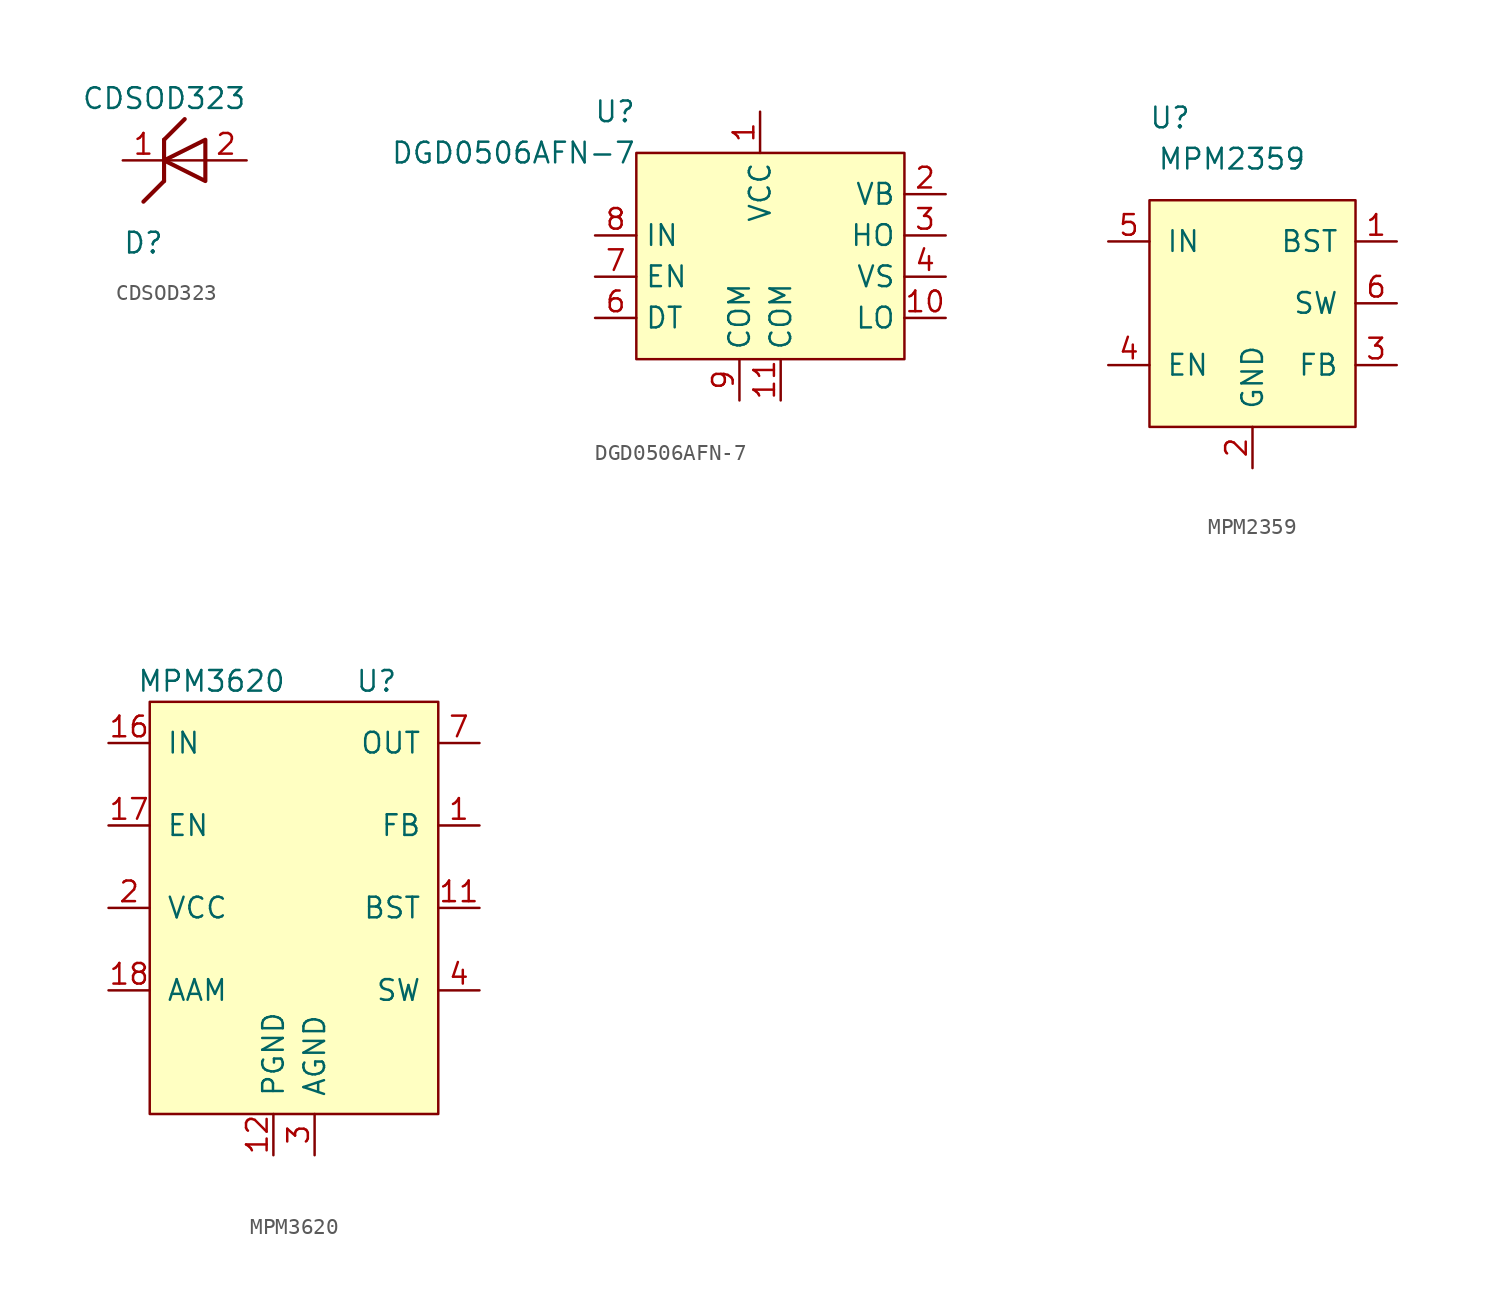
<source format=kicad_sym>
(kicad_symbol_lib
  (version 20211014)
  (generator kicad_symbol_editor)
  (symbol "CDSOD323"
    (pin_names
      (offset 1.016))
    (property "Reference" "D"
      (at -1.27 -5.08 0)
      (effects (font (size 1.27 1.27))))
    (property "Value" "CDSOD323"
      (at 0 3.81 0)
      (effects (font (size 1.27 1.27))))
    (symbol "CDSOD323_0_1"
      (polyline (pts (xy 0 -1.27) (xy -1.27 -2.54)) (stroke (width 0.254) (type default) (color 0 0 0 0)) (fill (type none)))
      (polyline (pts (xy 0 1.27) (xy 1.27 2.54)) (stroke (width 0.254) (type default) (color 0 0 0 0)) (fill (type none))))
    (symbol "CDSOD323_1_1"
      (polyline (pts (xy 0 1.27) (xy 0 -1.27)) (stroke (width 0.254) (type default) (color 0 0 0 0)) (fill (type none)))
      (polyline (pts (xy 2.54 0) (xy 0 0)) (stroke (width 0) (type default) (color 0 0 0 0)) (fill (type none)))
      (polyline (pts (xy 2.54 1.27) (xy 2.54 -1.27) (xy 0 0) (xy 2.54 1.27)) (stroke (width 0.254) (type default) (color 0 0 0 0)) (fill (type none)))
      (pin passive line (at -2.54 0 0) (length 2.54) (name "K" (effects (font (size 0 0)))) (number "1" (effects (font (size 1.27 1.27)))))
      (pin passive line (at 5.08 0 180) (length 2.54) (name "A" (effects (font (size 0 0)))) (number "2" (effects (font (size 1.27 1.27)))))))
  (symbol "DGD0506AFN-7"
    (property "Reference" "U"
      (at -7.62 8.89 0)
      (effects (font (size 1.27 1.27)) (justify right)))
    (property "Value" "DGD0506AFN-7"
      (at -7.62 6.35 0)
      (effects (font (size 1.27 1.27)) (justify right)))
    (symbol "DGD0506AFN-7_0_0"
      (pin power_in line (at 0 8.89 270) (length 2.54) (name "VCC" (effects (font (size 1.27 1.27)))) (number "1" (effects (font (size 1.27 1.27)))))
      (pin output line (at 11.43 -3.81 180) (length 2.54) (name "LO" (effects (font (size 1.27 1.27)))) (number "10" (effects (font (size 1.27 1.27)))))
      (pin power_in line (at 1.27 -8.89 90) (length 2.54) (name "COM" (effects (font (size 1.27 1.27)))) (number "11" (effects (font (size 1.27 1.27)))))
      (pin output line (at 11.43 3.81 180) (length 2.54) (name "VB" (effects (font (size 1.27 1.27)))) (number "2" (effects (font (size 1.27 1.27)))))
      (pin output line (at 11.43 1.27 180) (length 2.54) (name "HO" (effects (font (size 1.27 1.27)))) (number "3" (effects (font (size 1.27 1.27)))))
      (pin output line (at 11.43 -1.27 180) (length 2.54) (name "VS" (effects (font (size 1.27 1.27)))) (number "4" (effects (font (size 1.27 1.27)))))
      (pin no_connect line (at -1.27 3.81 180) (length 2.54) hide (name "NC" (effects (font (size 1.27 1.27)))) (number "5" (effects (font (size 1.27 1.27)))))
      (pin input line (at -10.16 -3.81 0) (length 2.54) (name "DT" (effects (font (size 1.27 1.27)))) (number "6" (effects (font (size 1.27 1.27)))))
      (pin input line (at -10.16 -1.27 0) (length 2.54) (name "EN" (effects (font (size 1.27 1.27)))) (number "7" (effects (font (size 1.27 1.27)))))
      (pin input line (at -10.16 1.27 0) (length 2.54) (name "IN" (effects (font (size 1.27 1.27)))) (number "8" (effects (font (size 1.27 1.27)))))
      (pin power_in line (at -1.27 -8.89 90) (length 2.54) (name "COM" (effects (font (size 1.27 1.27)))) (number "9" (effects (font (size 1.27 1.27))))))
    (symbol "DGD0506AFN-7_0_1"
      (rectangle (start -7.62 6.35) (end 8.89 -6.35) (stroke (width 0) (type default) (color 0 0 0 0)) (fill (type background)))))
  (symbol "MPM2359"
    (pin_names
      (offset 1.016))
    (property "Reference" "U"
      (at 1.27 5.08 0)
      (effects (font (size 1.27 1.27))))
    (property "Value" "MPM2359"
      (at 5.08 2.54 0)
      (effects (font (size 1.27 1.27))))
    (symbol "MPM2359_0_1"
      (rectangle (start 0 0) (end 12.7 -13.97) (stroke (width 0) (type default) (color 0 0 0 0)) (fill (type background))))
    (symbol "MPM2359_1_1"
      (pin input line (at 15.24 -2.54 180) (length 2.54) (name "BST" (effects (font (size 1.27 1.27)))) (number "1" (effects (font (size 1.27 1.27)))))
      (pin power_in line (at 6.35 -16.51 90) (length 2.54) (name "GND" (effects (font (size 1.27 1.27)))) (number "2" (effects (font (size 1.27 1.27)))))
      (pin input line (at 15.24 -10.16 180) (length 2.54) (name "FB" (effects (font (size 1.27 1.27)))) (number "3" (effects (font (size 1.27 1.27)))))
      (pin input line (at -2.54 -10.16 0) (length 2.54) (name "EN" (effects (font (size 1.27 1.27)))) (number "4" (effects (font (size 1.27 1.27)))))
      (pin power_in line (at -2.54 -2.54 0) (length 2.54) (name "IN" (effects (font (size 1.27 1.27)))) (number "5" (effects (font (size 1.27 1.27)))))
      (pin power_out line (at 15.24 -6.35 180) (length 2.54) (name "SW" (effects (font (size 1.27 1.27)))) (number "6" (effects (font (size 1.27 1.27)))))))
  (symbol "MPM3620"
    (pin_names
      (offset 1.016))
    (property "Reference" "U"
      (at 5.08 10.16 0)
      (effects (font (size 1.27 1.27))))
    (property "Value" "MPM3620"
      (at -5.08 10.16 0)
      (effects (font (size 1.27 1.27))))
    (symbol "MPM3620_0_0"
      (pin no_connect line (at -11.43 -12.7 0) (length 2.54) hide (name "NC" (effects (font (size 1.27 1.27)))) (number "10" (effects (font (size 1.27 1.27)))))
      (pin passive line (at 11.43 -3.81 180) (length 2.54) (name "BST" (effects (font (size 1.27 1.27)))) (number "11" (effects (font (size 1.27 1.27)))))
      (pin passive line (at -1.27 -19.05 90) (length 2.54) (name "PGND" (effects (font (size 1.27 1.27)))) (number "12" (effects (font (size 1.27 1.27)))))
      (pin passive line (at -1.27 -19.05 90) (length 2.54) hide (name "PGND" (effects (font (size 1.27 1.27)))) (number "13" (effects (font (size 1.27 1.27)))))
      (pin passive line (at -1.27 -19.05 90) (length 2.54) hide (name "PGND" (effects (font (size 1.27 1.27)))) (number "14" (effects (font (size 1.27 1.27)))))
      (pin no_connect line (at -11.43 -15.24 0) (length 2.54) hide (name "NC" (effects (font (size 1.27 1.27)))) (number "15" (effects (font (size 1.27 1.27)))))
      (pin power_in line (at -11.43 6.35 0) (length 2.54) (name "IN" (effects (font (size 1.27 1.27)))) (number "16" (effects (font (size 1.27 1.27)))))
      (pin input line (at -11.43 1.27 0) (length 2.54) (name "EN" (effects (font (size 1.27 1.27)))) (number "17" (effects (font (size 1.27 1.27)))))
      (pin passive line (at -11.43 -8.89 0) (length 2.54) (name "AAM" (effects (font (size 1.27 1.27)))) (number "18" (effects (font (size 1.27 1.27)))))
      (pin power_out line (at 11.43 -8.89 180) (length 2.54) hide (name "SW" (effects (font (size 1.27 1.27)))) (number "5" (effects (font (size 1.27 1.27)))))
      (pin power_out line (at 11.43 -8.89 180) (length 2.54) hide (name "SW" (effects (font (size 1.27 1.27)))) (number "6" (effects (font (size 1.27 1.27)))))
      (pin power_out line (at 11.43 6.35 180) (length 2.54) (name "OUT" (effects (font (size 1.27 1.27)))) (number "7" (effects (font (size 1.27 1.27)))))
      (pin power_out line (at 11.43 6.35 180) (length 2.54) hide (name "OUT" (effects (font (size 1.27 1.27)))) (number "8" (effects (font (size 1.27 1.27)))))
      (pin power_out line (at 11.43 6.35 180) (length 2.54) hide (name "OUT" (effects (font (size 1.27 1.27)))) (number "9" (effects (font (size 1.27 1.27))))))
    (symbol "MPM3620_0_1"
      (rectangle (start -8.89 -16.51) (end 8.89 8.89) (stroke (width 0) (type default) (color 0 0 0 0)) (fill (type background))))
    (symbol "MPM3620_1_1"
      (pin input line (at 11.43 1.27 180) (length 2.54) (name "FB" (effects (font (size 1.27 1.27)))) (number "1" (effects (font (size 1.27 1.27)))))
      (pin passive line (at -11.43 -3.81 0) (length 2.54) (name "VCC" (effects (font (size 1.27 1.27)))) (number "2" (effects (font (size 1.27 1.27)))))
      (pin passive line (at 1.27 -19.05 90) (length 2.54) (name "AGND" (effects (font (size 1.27 1.27)))) (number "3" (effects (font (size 1.27 1.27)))))
      (pin power_out line (at 11.43 -8.89 180) (length 2.54) (name "SW" (effects (font (size 1.27 1.27)))) (number "4" (effects (font (size 1.27 1.27))))))))
</source>
